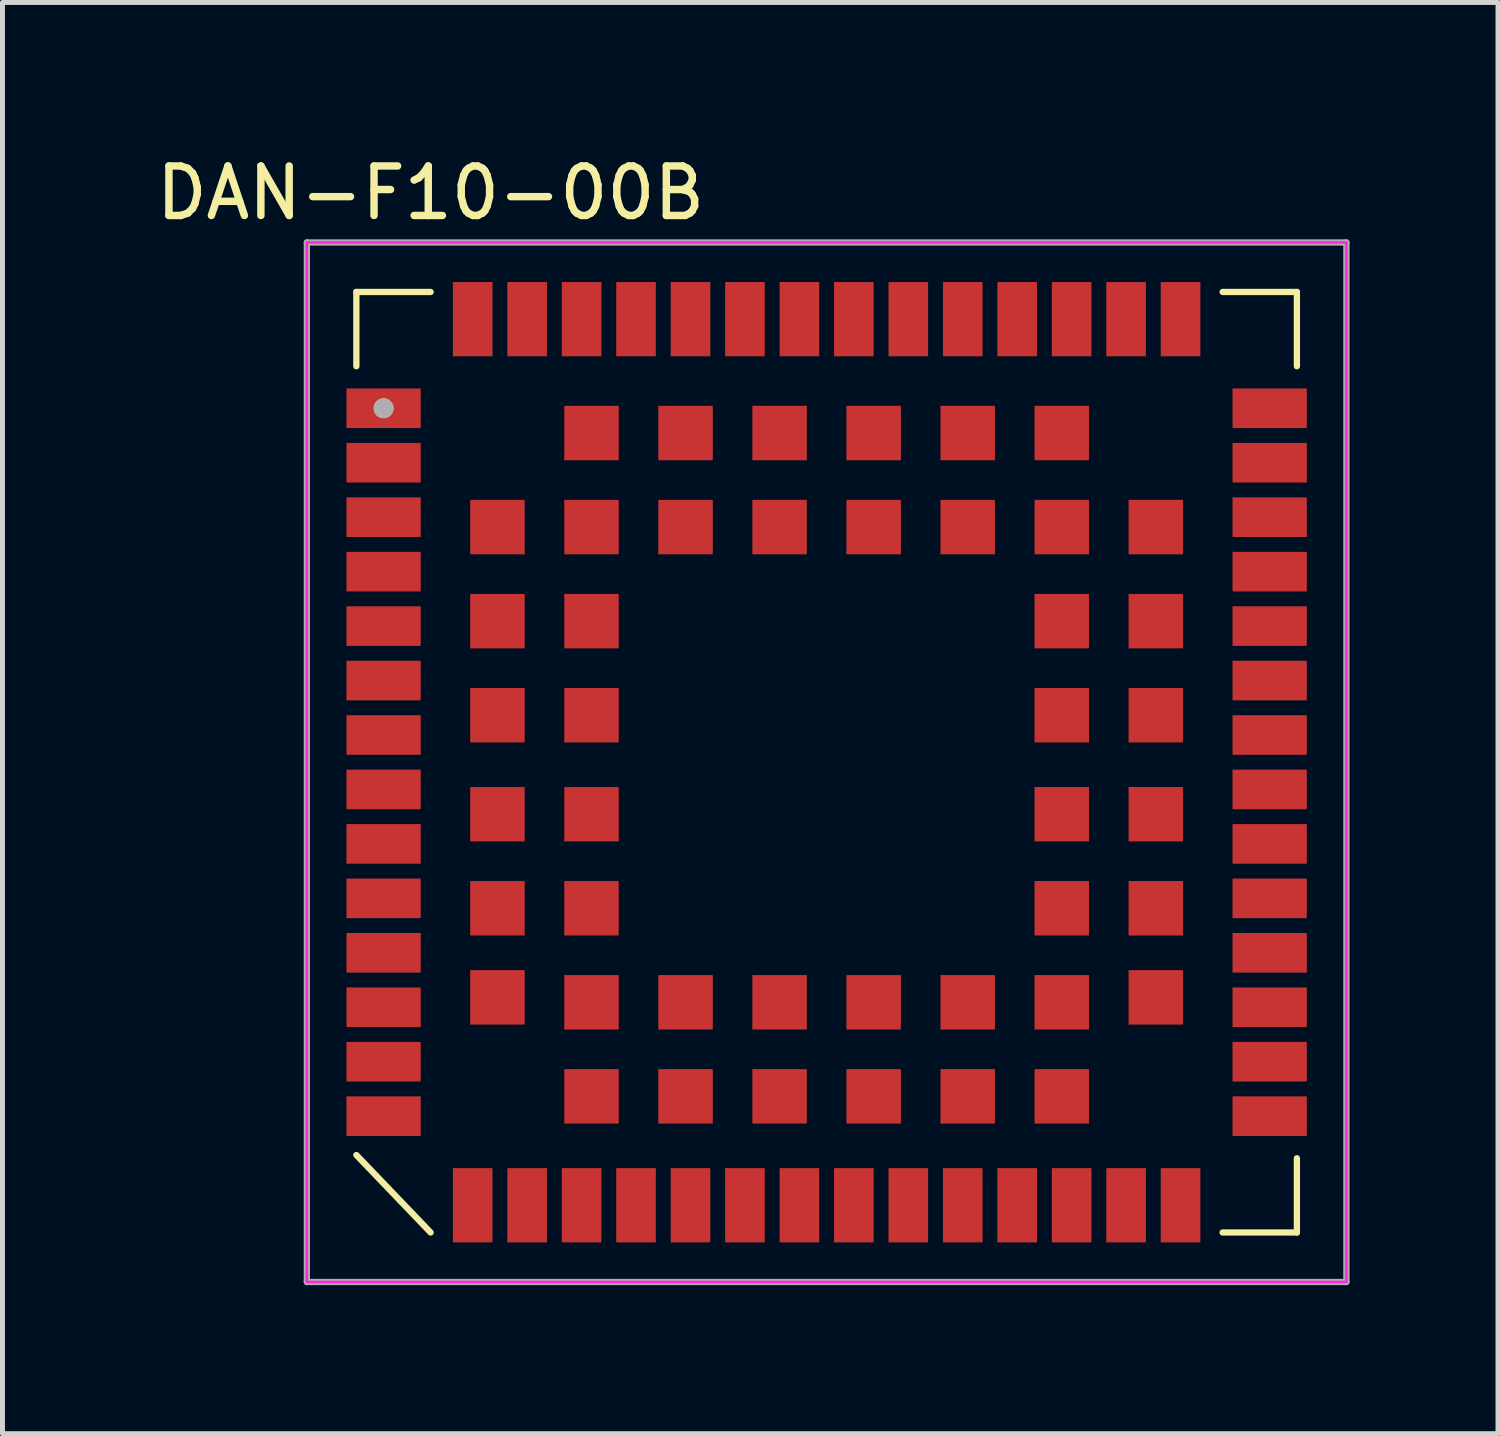
<source format=kicad_pcb>
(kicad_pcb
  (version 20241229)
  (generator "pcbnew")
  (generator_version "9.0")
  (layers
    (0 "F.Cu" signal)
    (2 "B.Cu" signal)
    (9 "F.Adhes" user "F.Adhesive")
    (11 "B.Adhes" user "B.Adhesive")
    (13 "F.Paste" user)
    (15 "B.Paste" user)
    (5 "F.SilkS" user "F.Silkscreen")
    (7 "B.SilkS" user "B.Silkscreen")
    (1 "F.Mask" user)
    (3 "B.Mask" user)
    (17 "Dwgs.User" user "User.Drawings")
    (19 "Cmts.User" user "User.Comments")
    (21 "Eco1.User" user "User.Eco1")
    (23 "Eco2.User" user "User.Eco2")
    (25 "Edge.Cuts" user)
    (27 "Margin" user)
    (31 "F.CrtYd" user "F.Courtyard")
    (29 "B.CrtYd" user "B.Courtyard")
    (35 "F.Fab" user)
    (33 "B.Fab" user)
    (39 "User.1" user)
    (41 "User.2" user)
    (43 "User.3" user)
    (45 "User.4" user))
  (footprint "DAN-F10-00B"
    (layer "F.Cu")
    (at 13.649 12.348)
    (property "Reference" "DAN-F10-00B" (at -8 -11.5 0) (layer "F.SilkS") (effects (font (size 1 1) (thickness 0.15))))
    (attr smd)
    (fp_line (start -9.5 -8) (end -9.5 -9.5) (stroke (width 0.127) (type solid)) (layer "F.SilkS"))
    (fp_line (start -9.5 7.935) (end -8 9.5) (stroke (width 0.127) (type solid)) (layer "F.SilkS"))
    (fp_line (start -8 -9.5) (end -9.5 -9.5) (stroke (width 0.127) (type solid)) (layer "F.SilkS"))
    (fp_line (start 8 -9.5) (end 9.5 -9.5) (stroke (width 0.127) (type solid)) (layer "F.SilkS"))
    (fp_line (start 8 9.5) (end 9.5 9.5) (stroke (width 0.127) (type solid)) (layer "F.SilkS"))
    (fp_line (start 9.5 -9.5) (end 9.5 -8) (stroke (width 0.127) (type solid)) (layer "F.SilkS"))
    (fp_line (start 9.5 8) (end 9.5 9.5) (stroke (width 0.127) (type solid)) (layer "F.SilkS"))
    (fp_circle (center -8.95 -7.15) (end -8.85 -7.15) (stroke (width 0.2) (type solid)) (fill no) (layer "F.SilkS"))
    (fp_poly (pts (xy -9.725 -7.52) (xy -8.175 -7.52) (xy -8.175 -6.77) (xy -9.725 -6.77)) (stroke (width 0.01) (type solid)) (fill yes) (layer "F.Paste"))
    (fp_poly (pts (xy -9.725 -6.425) (xy -8.175 -6.425) (xy -8.175 -5.675) (xy -9.725 -5.675)) (stroke (width 0.01) (type solid)) (fill yes) (layer "F.Paste"))
    (fp_poly (pts (xy -9.725 -4.225) (xy -8.175 -4.225) (xy -8.175 -3.475) (xy -9.725 -3.475)) (stroke (width 0.01) (type solid)) (fill yes) (layer "F.Paste"))
    (fp_poly (pts (xy -9.725 -3.125) (xy -8.175 -3.125) (xy -8.175 -2.375) (xy -9.725 -2.375)) (stroke (width 0.01) (type solid)) (fill yes) (layer "F.Paste"))
    (fp_poly (pts (xy -9.725 -2.025) (xy -8.175 -2.025) (xy -8.175 -1.275) (xy -9.725 -1.275)) (stroke (width 0.01) (type solid)) (fill yes) (layer "F.Paste"))
    (fp_poly (pts (xy -9.725 0.175) (xy -8.175 0.175) (xy -8.175 0.925) (xy -9.725 0.925)) (stroke (width 0.01) (type solid)) (fill yes) (layer "F.Paste"))
    (fp_poly (pts (xy -9.725 1.275) (xy -8.175 1.275) (xy -8.175 2.025) (xy -9.725 2.025)) (stroke (width 0.01) (type solid)) (fill yes) (layer "F.Paste"))
    (fp_poly (pts (xy -9.725 3.475) (xy -8.175 3.475) (xy -8.175 4.225) (xy -9.725 4.225)) (stroke (width 0.01) (type solid)) (fill yes) (layer "F.Paste"))
    (fp_poly (pts (xy -9.725 5.675) (xy -8.175 5.675) (xy -8.175 6.425) (xy -9.725 6.425)) (stroke (width 0.01) (type solid)) (fill yes) (layer "F.Paste"))
    (fp_poly (pts (xy -9.725 6.775) (xy -8.175 6.775) (xy -8.175 7.525) (xy -9.725 7.525)) (stroke (width 0.01) (type solid)) (fill yes) (layer "F.Paste"))
    (fp_poly (pts (xy -9.725 -5.325) (xy -8.175 -5.325) (xy -8.175 -4.575) (xy -9.725 -4.575)) (stroke (width 0.01) (type solid)) (fill yes) (layer "F.Paste"))
    (fp_poly (pts (xy -9.725 -0.925) (xy -8.175 -0.925) (xy -8.175 -0.175) (xy -9.725 -0.175)) (stroke (width 0.01) (type solid)) (fill yes) (layer "F.Paste"))
    (fp_poly (pts (xy -9.725 2.375) (xy -8.175 2.375) (xy -8.175 3.125) (xy -9.725 3.125)) (stroke (width 0.01) (type solid)) (fill yes) (layer "F.Paste"))
    (fp_poly (pts (xy -9.725 4.575) (xy -8.175 4.575) (xy -8.175 5.325) (xy -9.725 5.325)) (stroke (width 0.01) (type solid)) (fill yes) (layer "F.Paste"))
    (fp_poly (pts (xy -6.775 -9.725) (xy -6.775 -8.175) (xy -7.525 -8.175) (xy -7.525 -9.725)) (stroke (width 0.01) (type solid)) (fill yes) (layer "F.Paste"))
    (fp_poly (pts (xy -6.775 8.175) (xy -6.775 9.725) (xy -7.525 9.725) (xy -7.525 8.175)) (stroke (width 0.01) (type solid)) (fill yes) (layer "F.Paste"))
    (fp_poly (pts (xy -6.125 -5.275) (xy -6.125 -4.225) (xy -7.175 -4.225) (xy -7.175 -5.275)) (stroke (width 0.01) (type solid)) (fill yes) (layer "F.Paste"))
    (fp_poly (pts (xy -6.125 -3.375) (xy -6.125 -2.325) (xy -7.175 -2.325) (xy -7.175 -3.375)) (stroke (width 0.01) (type solid)) (fill yes) (layer "F.Paste"))
    (fp_poly (pts (xy -6.125 -1.475) (xy -6.125 -0.425) (xy -7.175 -0.425) (xy -7.175 -1.475)) (stroke (width 0.01) (type solid)) (fill yes) (layer "F.Paste"))
    (fp_poly (pts (xy -6.125 0.525) (xy -6.125 1.575) (xy -7.175 1.575) (xy -7.175 0.525)) (stroke (width 0.01) (type solid)) (fill yes) (layer "F.Paste"))
    (fp_poly (pts (xy -6.125 2.425) (xy -6.125 3.475) (xy -7.175 3.475) (xy -7.175 2.425)) (stroke (width 0.01) (type solid)) (fill yes) (layer "F.Paste"))
    (fp_poly (pts (xy -6.125 4.225) (xy -6.125 5.275) (xy -7.175 5.275) (xy -7.175 4.225)) (stroke (width 0.01) (type solid)) (fill yes) (layer "F.Paste"))
    (fp_poly (pts (xy -5.675 -9.725) (xy -5.675 -8.175) (xy -6.425 -8.175) (xy -6.425 -9.725)) (stroke (width 0.01) (type solid)) (fill yes) (layer "F.Paste"))
    (fp_poly (pts (xy -5.675 8.175) (xy -5.675 9.725) (xy -6.425 9.725) (xy -6.425 8.175)) (stroke (width 0.01) (type solid)) (fill yes) (layer "F.Paste"))
    (fp_poly (pts (xy -4.575 -9.725) (xy -4.575 -8.175) (xy -5.325 -8.175) (xy -5.325 -9.725)) (stroke (width 0.01) (type solid)) (fill yes) (layer "F.Paste"))
    (fp_poly (pts (xy -4.575 8.175) (xy -4.575 9.725) (xy -5.325 9.725) (xy -5.325 8.175)) (stroke (width 0.01) (type solid)) (fill yes) (layer "F.Paste"))
    (fp_poly (pts (xy -4.225 -7.175) (xy -4.225 -6.125) (xy -5.275 -6.125) (xy -5.275 -7.175)) (stroke (width 0.01) (type solid)) (fill yes) (layer "F.Paste"))
    (fp_poly (pts (xy -4.225 -5.275) (xy -4.225 -4.225) (xy -5.275 -4.225) (xy -5.275 -5.275)) (stroke (width 0.01) (type solid)) (fill yes) (layer "F.Paste"))
    (fp_poly (pts (xy -4.225 -3.375) (xy -4.225 -2.325) (xy -5.275 -2.325) (xy -5.275 -3.375)) (stroke (width 0.01) (type solid)) (fill yes) (layer "F.Paste"))
    (fp_poly (pts (xy -4.225 -1.475) (xy -4.225 -0.425) (xy -5.275 -0.425) (xy -5.275 -1.475)) (stroke (width 0.01) (type solid)) (fill yes) (layer "F.Paste"))
    (fp_poly (pts (xy -4.225 0.525) (xy -4.225 1.575) (xy -5.275 1.575) (xy -5.275 0.525)) (stroke (width 0.01) (type solid)) (fill yes) (layer "F.Paste"))
    (fp_poly (pts (xy -4.225 2.425) (xy -4.225 3.475) (xy -5.275 3.475) (xy -5.275 2.425)) (stroke (width 0.01) (type solid)) (fill yes) (layer "F.Paste"))
    (fp_poly (pts (xy -4.225 4.325) (xy -4.225 5.375) (xy -5.275 5.375) (xy -5.275 4.325)) (stroke (width 0.01) (type solid)) (fill yes) (layer "F.Paste"))
    (fp_poly (pts (xy -4.225 6.225) (xy -4.225 7.275) (xy -5.275 7.275) (xy -5.275 6.225)) (stroke (width 0.01) (type solid)) (fill yes) (layer "F.Paste"))
    (fp_poly (pts (xy -3.475 -9.725) (xy -3.475 -8.175) (xy -4.225 -8.175) (xy -4.225 -9.725)) (stroke (width 0.01) (type solid)) (fill yes) (layer "F.Paste"))
    (fp_poly (pts (xy -3.475 8.175) (xy -3.475 9.725) (xy -4.225 9.725) (xy -4.225 8.175)) (stroke (width 0.01) (type solid)) (fill yes) (layer "F.Paste"))
    (fp_poly (pts (xy -2.375 -9.725) (xy -2.375 -8.175) (xy -3.125 -8.175) (xy -3.125 -9.725)) (stroke (width 0.01) (type solid)) (fill yes) (layer "F.Paste"))
    (fp_poly (pts (xy -2.375 8.175) (xy -2.375 9.725) (xy -3.125 9.725) (xy -3.125 8.175)) (stroke (width 0.01) (type solid)) (fill yes) (layer "F.Paste"))
    (fp_poly (pts (xy -2.325 -7.175) (xy -2.325 -6.125) (xy -3.375 -6.125) (xy -3.375 -7.175)) (stroke (width 0.01) (type solid)) (fill yes) (layer "F.Paste"))
    (fp_poly (pts (xy -2.325 -5.275) (xy -2.325 -4.225) (xy -3.375 -4.225) (xy -3.375 -5.275)) (stroke (width 0.01) (type solid)) (fill yes) (layer "F.Paste"))
    (fp_poly (pts (xy -2.325 4.325) (xy -2.325 5.375) (xy -3.375 5.375) (xy -3.375 4.325)) (stroke (width 0.01) (type solid)) (fill yes) (layer "F.Paste"))
    (fp_poly (pts (xy -2.325 6.225) (xy -2.325 7.275) (xy -3.375 7.275) (xy -3.375 6.225)) (stroke (width 0.01) (type solid)) (fill yes) (layer "F.Paste"))
    (fp_poly (pts (xy -1.275 -9.725) (xy -1.275 -8.175) (xy -2.025 -8.175) (xy -2.025 -9.725)) (stroke (width 0.01) (type solid)) (fill yes) (layer "F.Paste"))
    (fp_poly (pts (xy -1.275 8.175) (xy -1.275 9.725) (xy -2.025 9.725) (xy -2.025 8.175)) (stroke (width 0.01) (type solid)) (fill yes) (layer "F.Paste"))
    (fp_poly (pts (xy -0.425 -7.175) (xy -0.425 -6.125) (xy -1.475 -6.125) (xy -1.475 -7.175)) (stroke (width 0.01) (type solid)) (fill yes) (layer "F.Paste"))
    (fp_poly (pts (xy -0.425 -5.275) (xy -0.425 -4.225) (xy -1.475 -4.225) (xy -1.475 -5.275)) (stroke (width 0.01) (type solid)) (fill yes) (layer "F.Paste"))
    (fp_poly (pts (xy -0.425 4.325) (xy -0.425 5.375) (xy -1.475 5.375) (xy -1.475 4.325)) (stroke (width 0.01) (type solid)) (fill yes) (layer "F.Paste"))
    (fp_poly (pts (xy -0.425 6.225) (xy -0.425 7.275) (xy -1.475 7.275) (xy -1.475 6.225)) (stroke (width 0.01) (type solid)) (fill yes) (layer "F.Paste"))
    (fp_poly (pts (xy -0.175 -9.725) (xy -0.175 -8.175) (xy -0.925 -8.175) (xy -0.925 -9.725)) (stroke (width 0.01) (type solid)) (fill yes) (layer "F.Paste"))
    (fp_poly (pts (xy -0.175 8.175) (xy -0.175 9.725) (xy -0.925 9.725) (xy -0.925 8.175)) (stroke (width 0.01) (type solid)) (fill yes) (layer "F.Paste"))
    (fp_poly (pts (xy 0.925 -9.725) (xy 0.925 -8.175) (xy 0.175 -8.175) (xy 0.175 -9.725)) (stroke (width 0.01) (type solid)) (fill yes) (layer "F.Paste"))
    (fp_poly (pts (xy 0.925 8.175) (xy 0.925 9.725) (xy 0.175 9.725) (xy 0.175 8.175)) (stroke (width 0.01) (type solid)) (fill yes) (layer "F.Paste"))
    (fp_poly (pts (xy 1.475 -7.175) (xy 1.475 -6.125) (xy 0.425 -6.125) (xy 0.425 -7.175)) (stroke (width 0.01) (type solid)) (fill yes) (layer "F.Paste"))
    (fp_poly (pts (xy 1.475 -5.275) (xy 1.475 -4.225) (xy 0.425 -4.225) (xy 0.425 -5.275)) (stroke (width 0.01) (type solid)) (fill yes) (layer "F.Paste"))
    (fp_poly (pts (xy 1.475 4.325) (xy 1.475 5.375) (xy 0.425 5.375) (xy 0.425 4.325)) (stroke (width 0.01) (type solid)) (fill yes) (layer "F.Paste"))
    (fp_poly (pts (xy 1.475 6.225) (xy 1.475 7.275) (xy 0.425 7.275) (xy 0.425 6.225)) (stroke (width 0.01) (type solid)) (fill yes) (layer "F.Paste"))
    (fp_poly (pts (xy 2.025 -9.725) (xy 2.025 -8.175) (xy 1.275 -8.175) (xy 1.275 -9.725)) (stroke (width 0.01) (type solid)) (fill yes) (layer "F.Paste"))
    (fp_poly (pts (xy 2.025 8.175) (xy 2.025 9.725) (xy 1.275 9.725) (xy 1.275 8.175)) (stroke (width 0.01) (type solid)) (fill yes) (layer "F.Paste"))
    (fp_poly (pts (xy 3.125 -9.725) (xy 3.125 -8.175) (xy 2.375 -8.175) (xy 2.375 -9.725)) (stroke (width 0.01) (type solid)) (fill yes) (layer "F.Paste"))
    (fp_poly (pts (xy 3.125 8.175) (xy 3.125 9.725) (xy 2.375 9.725) (xy 2.375 8.175)) (stroke (width 0.01) (type solid)) (fill yes) (layer "F.Paste"))
    (fp_poly (pts (xy 3.375 -7.175) (xy 3.375 -6.125) (xy 2.325 -6.125) (xy 2.325 -7.175)) (stroke (width 0.01) (type solid)) (fill yes) (layer "F.Paste"))
    (fp_poly (pts (xy 3.375 -5.275) (xy 3.375 -4.225) (xy 2.325 -4.225) (xy 2.325 -5.275)) (stroke (width 0.01) (type solid)) (fill yes) (layer "F.Paste"))
    (fp_poly (pts (xy 3.375 4.325) (xy 3.375 5.375) (xy 2.325 5.375) (xy 2.325 4.325)) (stroke (width 0.01) (type solid)) (fill yes) (layer "F.Paste"))
    (fp_poly (pts (xy 3.375 6.225) (xy 3.375 7.275) (xy 2.325 7.275) (xy 2.325 6.225)) (stroke (width 0.01) (type solid)) (fill yes) (layer "F.Paste"))
    (fp_poly (pts (xy 4.225 -9.725) (xy 4.225 -8.175) (xy 3.475 -8.175) (xy 3.475 -9.725)) (stroke (width 0.01) (type solid)) (fill yes) (layer "F.Paste"))
    (fp_poly (pts (xy 4.225 8.175) (xy 4.225 9.725) (xy 3.475 9.725) (xy 3.475 8.175)) (stroke (width 0.01) (type solid)) (fill yes) (layer "F.Paste"))
    (fp_poly (pts (xy 5.275 -7.175) (xy 5.275 -6.125) (xy 4.225 -6.125) (xy 4.225 -7.175)) (stroke (width 0.01) (type solid)) (fill yes) (layer "F.Paste"))
    (fp_poly (pts (xy 5.275 -5.275) (xy 5.275 -4.225) (xy 4.225 -4.225) (xy 4.225 -5.275)) (stroke (width 0.01) (type solid)) (fill yes) (layer "F.Paste"))
    (fp_poly (pts (xy 5.275 -3.375) (xy 5.275 -2.325) (xy 4.225 -2.325) (xy 4.225 -3.375)) (stroke (width 0.01) (type solid)) (fill yes) (layer "F.Paste"))
    (fp_poly (pts (xy 5.275 -1.475) (xy 5.275 -0.425) (xy 4.225 -0.425) (xy 4.225 -1.475)) (stroke (width 0.01) (type solid)) (fill yes) (layer "F.Paste"))
    (fp_poly (pts (xy 5.275 0.525) (xy 5.275 1.575) (xy 4.225 1.575) (xy 4.225 0.525)) (stroke (width 0.01) (type solid)) (fill yes) (layer "F.Paste"))
    (fp_poly (pts (xy 5.275 2.425) (xy 5.275 3.475) (xy 4.225 3.475) (xy 4.225 2.425)) (stroke (width 0.01) (type solid)) (fill yes) (layer "F.Paste"))
    (fp_poly (pts (xy 5.275 4.325) (xy 5.275 5.375) (xy 4.225 5.375) (xy 4.225 4.325)) (stroke (width 0.01) (type solid)) (fill yes) (layer "F.Paste"))
    (fp_poly (pts (xy 5.275 6.225) (xy 5.275 7.275) (xy 4.225 7.275) (xy 4.225 6.225)) (stroke (width 0.01) (type solid)) (fill yes) (layer "F.Paste"))
    (fp_poly (pts (xy 5.325 -9.725) (xy 5.325 -8.175) (xy 4.575 -8.175) (xy 4.575 -9.725)) (stroke (width 0.01) (type solid)) (fill yes) (layer "F.Paste"))
    (fp_poly (pts (xy 5.325 8.175) (xy 5.325 9.725) (xy 4.575 9.725) (xy 4.575 8.175)) (stroke (width 0.01) (type solid)) (fill yes) (layer "F.Paste"))
    (fp_poly (pts (xy 6.425 -9.725) (xy 6.425 -8.175) (xy 5.675 -8.175) (xy 5.675 -9.725)) (stroke (width 0.01) (type solid)) (fill yes) (layer "F.Paste"))
    (fp_poly (pts (xy 6.425 8.175) (xy 6.425 9.725) (xy 5.675 9.725) (xy 5.675 8.175)) (stroke (width 0.01) (type solid)) (fill yes) (layer "F.Paste"))
    (fp_poly (pts (xy 7.175 -5.275) (xy 7.175 -4.225) (xy 6.125 -4.225) (xy 6.125 -5.275)) (stroke (width 0.01) (type solid)) (fill yes) (layer "F.Paste"))
    (fp_poly (pts (xy 7.175 -3.375) (xy 7.175 -2.325) (xy 6.125 -2.325) (xy 6.125 -3.375)) (stroke (width 0.01) (type solid)) (fill yes) (layer "F.Paste"))
    (fp_poly (pts (xy 7.175 -1.475) (xy 7.175 -0.425) (xy 6.125 -0.425) (xy 6.125 -1.475)) (stroke (width 0.01) (type solid)) (fill yes) (layer "F.Paste"))
    (fp_poly (pts (xy 7.175 0.525) (xy 7.175 1.575) (xy 6.125 1.575) (xy 6.125 0.525)) (stroke (width 0.01) (type solid)) (fill yes) (layer "F.Paste"))
    (fp_poly (pts (xy 7.175 2.425) (xy 7.175 3.475) (xy 6.125 3.475) (xy 6.125 2.425)) (stroke (width 0.01) (type solid)) (fill yes) (layer "F.Paste"))
    (fp_poly (pts (xy 7.175 4.225) (xy 7.175 5.275) (xy 6.125 5.275) (xy 6.125 4.225)) (stroke (width 0.01) (type solid)) (fill yes) (layer "F.Paste"))
    (fp_poly (pts (xy 7.52 -9.725) (xy 7.52 -8.175) (xy 6.77 -8.175) (xy 6.77 -9.725)) (stroke (width 0.01) (type solid)) (fill yes) (layer "F.Paste"))
    (fp_poly (pts (xy 7.52 8.175) (xy 7.52 9.725) (xy 6.77 9.725) (xy 6.77 8.175)) (stroke (width 0.01) (type solid)) (fill yes) (layer "F.Paste"))
    (fp_poly (pts (xy 8.175 -7.52) (xy 9.725 -7.52) (xy 9.725 -6.77) (xy 8.175 -6.77)) (stroke (width 0.01) (type solid)) (fill yes) (layer "F.Paste"))
    (fp_poly (pts (xy 8.175 -6.425) (xy 9.725 -6.425) (xy 9.725 -5.675) (xy 8.175 -5.675)) (stroke (width 0.01) (type solid)) (fill yes) (layer "F.Paste"))
    (fp_poly (pts (xy 8.175 -4.225) (xy 9.725 -4.225) (xy 9.725 -3.475) (xy 8.175 -3.475)) (stroke (width 0.01) (type solid)) (fill yes) (layer "F.Paste"))
    (fp_poly (pts (xy 8.175 -3.125) (xy 9.725 -3.125) (xy 9.725 -2.375) (xy 8.175 -2.375)) (stroke (width 0.01) (type solid)) (fill yes) (layer "F.Paste"))
    (fp_poly (pts (xy 8.175 -2.025) (xy 9.725 -2.025) (xy 9.725 -1.275) (xy 8.175 -1.275)) (stroke (width 0.01) (type solid)) (fill yes) (layer "F.Paste"))
    (fp_poly (pts (xy 8.175 0.175) (xy 9.725 0.175) (xy 9.725 0.925) (xy 8.175 0.925)) (stroke (width 0.01) (type solid)) (fill yes) (layer "F.Paste"))
    (fp_poly (pts (xy 8.175 1.275) (xy 9.725 1.275) (xy 9.725 2.025) (xy 8.175 2.025)) (stroke (width 0.01) (type solid)) (fill yes) (layer "F.Paste"))
    (fp_poly (pts (xy 8.175 3.475) (xy 9.725 3.475) (xy 9.725 4.225) (xy 8.175 4.225)) (stroke (width 0.01) (type solid)) (fill yes) (layer "F.Paste"))
    (fp_poly (pts (xy 8.175 5.675) (xy 9.725 5.675) (xy 9.725 6.425) (xy 8.175 6.425)) (stroke (width 0.01) (type solid)) (fill yes) (layer "F.Paste"))
    (fp_poly (pts (xy 8.175 6.775) (xy 9.725 6.775) (xy 9.725 7.525) (xy 8.175 7.525)) (stroke (width 0.01) (type solid)) (fill yes) (layer "F.Paste"))
    (fp_poly (pts (xy 8.175 -5.325) (xy 9.725 -5.325) (xy 9.725 -4.575) (xy 8.175 -4.575)) (stroke (width 0.01) (type solid)) (fill yes) (layer "F.Paste"))
    (fp_poly (pts (xy 8.175 -0.925) (xy 9.725 -0.925) (xy 9.725 -0.175) (xy 8.175 -0.175)) (stroke (width 0.01) (type solid)) (fill yes) (layer "F.Paste"))
    (fp_poly (pts (xy 8.175 2.375) (xy 9.725 2.375) (xy 9.725 3.125) (xy 8.175 3.125)) (stroke (width 0.01) (type solid)) (fill yes) (layer "F.Paste"))
    (fp_poly (pts (xy 8.175 4.575) (xy 9.725 4.575) (xy 9.725 5.325) (xy 8.175 5.325)) (stroke (width 0.01) (type solid)) (fill yes) (layer "F.Paste"))
    (fp_line (start -10.5 -10.5) (end -10.5 10.5) (stroke (width 0.05) (type solid)) (layer "F.CrtYd"))
    (fp_line (start -10.5 10.5) (end 10.5 10.5) (stroke (width 0.05) (type solid)) (layer "F.CrtYd"))
    (fp_line (start 10.5 -10.5) (end -10.5 -10.5) (stroke (width 0.05) (type solid)) (layer "F.CrtYd"))
    (fp_line (start 10.5 10.5) (end 10.5 -10.5) (stroke (width 0.05) (type solid)) (layer "F.CrtYd"))
    (fp_line (start -10.5 -10.5) (end -10.5 10.5) (stroke (width 0.127) (type solid)) (layer "F.Fab"))
    (fp_line (start -10.5 10.5) (end 10.5 10.5) (stroke (width 0.127) (type solid)) (layer "F.Fab"))
    (fp_line (start 10.5 -10.5) (end -10.5 -10.5) (stroke (width 0.127) (type solid)) (layer "F.Fab"))
    (fp_line (start 10.5 10.5) (end 10.5 -10.5) (stroke (width 0.127) (type solid)) (layer "F.Fab"))
    (fp_circle (center -8.95 -7.15) (end -8.85 -7.15) (stroke (width 0.2) (type solid)) (fill no) (layer "F.Fab"))
    (pad "1" smd rect (at -8.95 0.55 90) (size 0.8 1.5) (layers "F.Cu" "F.Mask"))
    (pad "1" smd rect (at -8.95 -1.65 90) (size 0.8 1.5) (layers "F.Cu" "F.Mask"))
    (pad "1" smd rect (at -8.95 1.65 90) (size 0.8 1.5) (layers "F.Cu" "F.Mask"))
    (pad "1" smd rect (at -8.95 4.95 90) (size 0.8 1.5) (layers "F.Cu" "F.Mask"))
    (pad "1" smd rect (at -8.95 7.15 90) (size 0.8 1.5) (layers "F.Cu" "F.Mask"))
    (pad "1" smd rect (at -8.95 -7.15 90) (size 0.8 1.5) (layers "F.Cu" "F.Mask"))
    (pad "1" smd rect (at -8.95 -6.05 90) (size 0.8 1.5) (layers "F.Cu" "F.Mask"))
    (pad "1" smd rect (at -8.95 -2.75 90) (size 0.8 1.5) (layers "F.Cu" "F.Mask"))
    (pad "1" smd rect (at -8.95 -0.55 90) (size 0.8 1.5) (layers "F.Cu" "F.Mask"))
    (pad "1" smd rect (at -7.15 -8.95) (size 0.8 1.5) (layers "F.Cu" "F.Mask"))
    (pad "1" smd rect (at -7.15 8.95) (size 0.8 1.5) (layers "F.Cu" "F.Mask"))
    (pad "1" smd rect (at -6.05 -8.95) (size 0.8 1.5) (layers "F.Cu" "F.Mask"))
    (pad "1" smd rect (at -6.05 8.95) (size 0.8 1.5) (layers "F.Cu" "F.Mask"))
    (pad "1" smd rect (at -4.95 -8.95) (size 0.8 1.5) (layers "F.Cu" "F.Mask"))
    (pad "1" smd rect (at -4.95 8.95) (size 0.8 1.5) (layers "F.Cu" "F.Mask"))
    (pad "1" smd rect (at -3.85 8.95) (size 0.8 1.5) (layers "F.Cu" "F.Mask"))
    (pad "1" smd rect (at -2.75 -8.95) (size 0.8 1.5) (layers "F.Cu" "F.Mask"))
    (pad "1" smd rect (at -2.75 8.95) (size 0.8 1.5) (layers "F.Cu" "F.Mask"))
    (pad "1" smd rect (at -1.65 -8.95) (size 0.8 1.5) (layers "F.Cu" "F.Mask"))
    (pad "1" smd rect (at -1.65 8.95) (size 0.8 1.5) (layers "F.Cu" "F.Mask"))
    (pad "1" smd rect (at -0.55 8.95) (size 0.8 1.5) (layers "F.Cu" "F.Mask"))
    (pad "1" smd rect (at 0.55 -8.95) (size 0.8 1.5) (layers "F.Cu" "F.Mask"))
    (pad "1" smd rect (at 0.55 8.95) (size 0.8 1.5) (layers "F.Cu" "F.Mask"))
    (pad "1" smd rect (at 2.75 -8.95) (size 0.8 1.5) (layers "F.Cu" "F.Mask"))
    (pad "1" smd rect (at 6.05 -8.95) (size 0.8 1.5) (layers "F.Cu" "F.Mask"))
    (pad "1" smd rect (at 6.05 8.95) (size 0.8 1.5) (layers "F.Cu" "F.Mask"))
    (pad "1" smd rect (at 7.15 -8.95) (size 0.8 1.5) (layers "F.Cu" "F.Mask"))
    (pad "1" smd rect (at 7.15 8.95) (size 0.8 1.5) (layers "F.Cu" "F.Mask"))
    (pad "1" smd rect (at 8.95 0.55 90) (size 0.8 1.5) (layers "F.Cu" "F.Mask"))
    (pad "1" smd rect (at 8.95 -1.65 90) (size 0.8 1.5) (layers "F.Cu" "F.Mask"))
    (pad "1" smd rect (at 8.95 2.75 90) (size 0.8 1.5) (layers "F.Cu" "F.Mask"))
    (pad "1" smd rect (at 8.95 6.05 90) (size 0.8 1.5) (layers "F.Cu" "F.Mask"))
    (pad "1" smd rect (at 8.95 7.15 90) (size 0.8 1.5) (layers "F.Cu" "F.Mask"))
    (pad "1" smd rect (at 8.95 -7.15 90) (size 0.8 1.5) (layers "F.Cu" "F.Mask"))
    (pad "1" smd rect (at 8.95 -6.05 90) (size 0.8 1.5) (layers "F.Cu" "F.Mask"))
    (pad "1" smd rect (at 8.95 -4.95 90) (size 0.8 1.5) (layers "F.Cu" "F.Mask"))
    (pad "1" smd rect (at 8.95 -0.55 90) (size 0.8 1.5) (layers "F.Cu" "F.Mask"))
    (pad "9" smd rect (at 1.65 8.95) (size 0.8 1.5) (layers "F.Cu" "F.Mask"))
    (pad "10" smd rect (at 2.75 8.95) (size 0.8 1.5) (layers "F.Cu" "F.Mask"))
    (pad "11" smd rect (at 3.85 8.95) (size 0.8 1.5) (layers "F.Cu" "F.Mask"))
    (pad "12" smd rect (at 4.95 8.95) (size 0.8 1.5) (layers "F.Cu" "F.Mask"))
    (pad "17" smd rect (at 8.95 4.95 90) (size 0.8 1.5) (layers "F.Cu" "F.Mask"))
    (pad "18" smd rect (at 8.95 3.85 90) (size 0.8 1.5) (layers "F.Cu" "F.Mask"))
    (pad "20" smd rect (at 8.95 1.65 90) (size 0.8 1.5) (layers "F.Cu" "F.Mask"))
    (pad "24" smd rect (at 8.95 -2.75 90) (size 0.8 1.5) (layers "F.Cu" "F.Mask"))
    (pad "25" smd rect (at 8.95 -3.85 90) (size 0.8 1.5) (layers "F.Cu" "F.Mask"))
    (pad "31" smd rect (at 4.95 -8.95) (size 0.8 1.5) (layers "F.Cu" "F.Mask"))
    (pad "32" smd rect (at 3.85 -8.95) (size 0.8 1.5) (layers "F.Cu" "F.Mask"))
    (pad "34" smd rect (at 1.65 -8.95) (size 0.8 1.5) (layers "F.Cu" "F.Mask"))
    (pad "36" smd rect (at -0.55 -8.95) (size 0.8 1.5) (layers "F.Cu" "F.Mask"))
    (pad "39" smd rect (at -3.85 -8.95) (size 0.8 1.5) (layers "F.Cu" "F.Mask"))
    (pad "45" smd rect (at -8.95 -4.95 90) (size 0.8 1.5) (layers "F.Cu" "F.Mask"))
    (pad "46" smd rect (at -8.95 -3.85 90) (size 0.8 1.5) (layers "F.Cu" "F.Mask"))
    (pad "52" smd rect (at -8.95 2.75 90) (size 0.8 1.5) (layers "F.Cu" "F.Mask"))
    (pad "53" smd rect (at -8.95 3.85 90) (size 0.8 1.5) (layers "F.Cu" "F.Mask"))
    (pad "55" smd rect (at -8.95 6.05 90) (size 0.8 1.5) (layers "F.Cu" "F.Mask"))
    (pad "EP1" smd rect (at -6.65 -4.75) (size 1.1 1.1) (layers "F.Cu" "F.Mask"))
    (pad "EP1" smd rect (at -6.65 -2.85) (size 1.1 1.1) (layers "F.Cu" "F.Mask"))
    (pad "EP1" smd rect (at -6.65 -0.95) (size 1.1 1.1) (layers "F.Cu" "F.Mask"))
    (pad "EP1" smd rect (at -6.65 1.05) (size 1.1 1.1) (layers "F.Cu" "F.Mask"))
    (pad "EP1" smd rect (at -6.65 2.95) (size 1.1 1.1) (layers "F.Cu" "F.Mask"))
    (pad "EP1" smd rect (at -6.65 4.75) (size 1.1 1.1) (layers "F.Cu" "F.Mask"))
    (pad "EP1" smd rect (at -4.75 -6.65) (size 1.1 1.1) (layers "F.Cu" "F.Mask"))
    (pad "EP1" smd rect (at -4.75 -4.75) (size 1.1 1.1) (layers "F.Cu" "F.Mask"))
    (pad "EP1" smd rect (at -4.75 -2.85) (size 1.1 1.1) (layers "F.Cu" "F.Mask"))
    (pad "EP1" smd rect (at -4.75 -0.95) (size 1.1 1.1) (layers "F.Cu" "F.Mask"))
    (pad "EP1" smd rect (at -4.75 1.05) (size 1.1 1.1) (layers "F.Cu" "F.Mask"))
    (pad "EP1" smd rect (at -4.75 2.95) (size 1.1 1.1) (layers "F.Cu" "F.Mask"))
    (pad "EP1" smd rect (at -4.75 4.85) (size 1.1 1.1) (layers "F.Cu" "F.Mask"))
    (pad "EP1" smd rect (at -4.75 6.75) (size 1.1 1.1) (layers "F.Cu" "F.Mask"))
    (pad "EP1" smd rect (at -2.85 -6.65) (size 1.1 1.1) (layers "F.Cu" "F.Mask"))
    (pad "EP1" smd rect (at -2.85 -4.75) (size 1.1 1.1) (layers "F.Cu" "F.Mask"))
    (pad "EP1" smd rect (at -2.85 4.85) (size 1.1 1.1) (layers "F.Cu" "F.Mask"))
    (pad "EP1" smd rect (at -2.85 6.75) (size 1.1 1.1) (layers "F.Cu" "F.Mask"))
    (pad "EP1" smd rect (at -0.95 -6.65) (size 1.1 1.1) (layers "F.Cu" "F.Mask"))
    (pad "EP1" smd rect (at -0.95 -4.75) (size 1.1 1.1) (layers "F.Cu" "F.Mask"))
    (pad "EP1" smd rect (at -0.95 4.85) (size 1.1 1.1) (layers "F.Cu" "F.Mask"))
    (pad "EP1" smd rect (at -0.95 6.75) (size 1.1 1.1) (layers "F.Cu" "F.Mask"))
    (pad "EP1" smd rect (at 0.95 -6.65) (size 1.1 1.1) (layers "F.Cu" "F.Mask"))
    (pad "EP1" smd rect (at 0.95 -4.75) (size 1.1 1.1) (layers "F.Cu" "F.Mask"))
    (pad "EP1" smd rect (at 0.95 4.85) (size 1.1 1.1) (layers "F.Cu" "F.Mask"))
    (pad "EP1" smd rect (at 0.95 6.75) (size 1.1 1.1) (layers "F.Cu" "F.Mask"))
    (pad "EP1" smd rect (at 2.85 -6.65) (size 1.1 1.1) (layers "F.Cu" "F.Mask"))
    (pad "EP1" smd rect (at 2.85 -4.75) (size 1.1 1.1) (layers "F.Cu" "F.Mask"))
    (pad "EP1" smd rect (at 2.85 4.85) (size 1.1 1.1) (layers "F.Cu" "F.Mask"))
    (pad "EP1" smd rect (at 2.85 6.75) (size 1.1 1.1) (layers "F.Cu" "F.Mask"))
    (pad "EP1" smd rect (at 4.75 -6.65) (size 1.1 1.1) (layers "F.Cu" "F.Mask"))
    (pad "EP1" smd rect (at 4.75 -4.75) (size 1.1 1.1) (layers "F.Cu" "F.Mask"))
    (pad "EP1" smd rect (at 4.75 -2.85) (size 1.1 1.1) (layers "F.Cu" "F.Mask"))
    (pad "EP1" smd rect (at 4.75 -0.95) (size 1.1 1.1) (layers "F.Cu" "F.Mask"))
    (pad "EP1" smd rect (at 4.75 1.05) (size 1.1 1.1) (layers "F.Cu" "F.Mask"))
    (pad "EP1" smd rect (at 4.75 2.95) (size 1.1 1.1) (layers "F.Cu" "F.Mask"))
    (pad "EP1" smd rect (at 4.75 4.85) (size 1.1 1.1) (layers "F.Cu" "F.Mask"))
    (pad "EP1" smd rect (at 4.75 6.75) (size 1.1 1.1) (layers "F.Cu" "F.Mask"))
    (pad "EP1" smd rect (at 6.65 -4.75) (size 1.1 1.1) (layers "F.Cu" "F.Mask"))
    (pad "EP1" smd rect (at 6.65 -2.85) (size 1.1 1.1) (layers "F.Cu" "F.Mask"))
    (pad "EP1" smd rect (at 6.65 -0.95) (size 1.1 1.1) (layers "F.Cu" "F.Mask"))
    (pad "EP1" smd rect (at 6.65 1.05) (size 1.1 1.1) (layers "F.Cu" "F.Mask"))
    (pad "EP1" smd rect (at 6.65 2.95) (size 1.1 1.1) (layers "F.Cu" "F.Mask"))
    (pad "EP1" smd rect (at 6.65 4.75) (size 1.1 1.1) (layers "F.Cu" "F.Mask")))
  (gr_rect
    (start -3 -3)
    (end 27.212 25.912)
    (stroke (width 0.1) (type default))
    (fill no)
    (layer "Edge.Cuts")))
</source>
